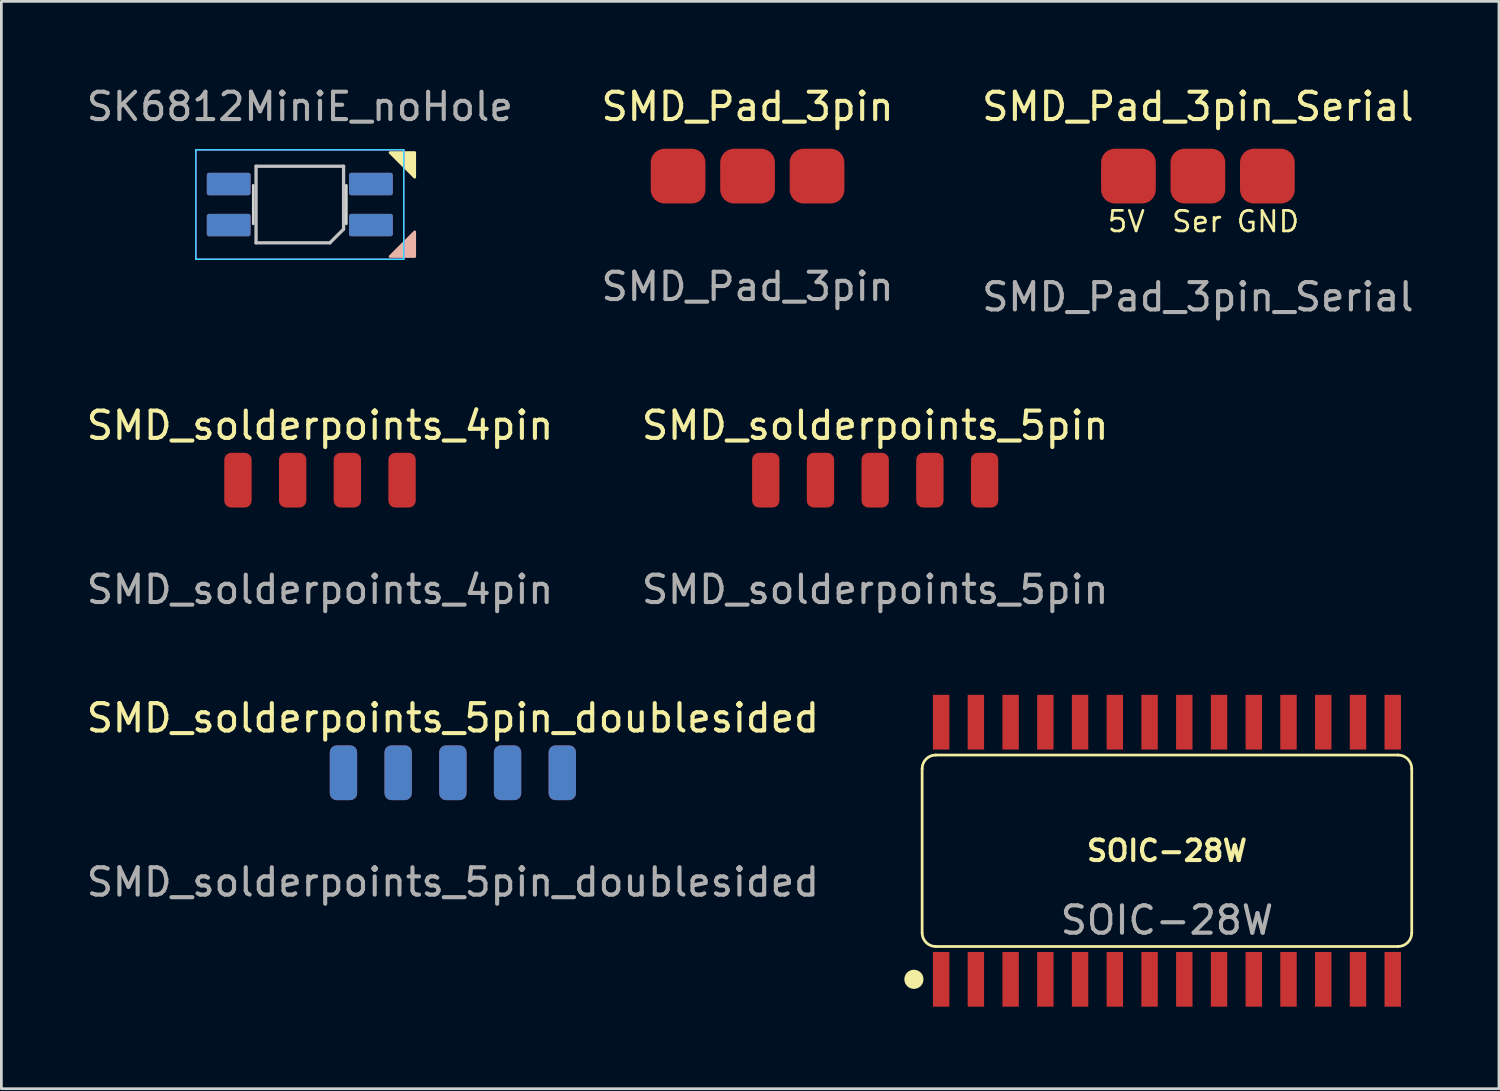
<source format=kicad_pcb>
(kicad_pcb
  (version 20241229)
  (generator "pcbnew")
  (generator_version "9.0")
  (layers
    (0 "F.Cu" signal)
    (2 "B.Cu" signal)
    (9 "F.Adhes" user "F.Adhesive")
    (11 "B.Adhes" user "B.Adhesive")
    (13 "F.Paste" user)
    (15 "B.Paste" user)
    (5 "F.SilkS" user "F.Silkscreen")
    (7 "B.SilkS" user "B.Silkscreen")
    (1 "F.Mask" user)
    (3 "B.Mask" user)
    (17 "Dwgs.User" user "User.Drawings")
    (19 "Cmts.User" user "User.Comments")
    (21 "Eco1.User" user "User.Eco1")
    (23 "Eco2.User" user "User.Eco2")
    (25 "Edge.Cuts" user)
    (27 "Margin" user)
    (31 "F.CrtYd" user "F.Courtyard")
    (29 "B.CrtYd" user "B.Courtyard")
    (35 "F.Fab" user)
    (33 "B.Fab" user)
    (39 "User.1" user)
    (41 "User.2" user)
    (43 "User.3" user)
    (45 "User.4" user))
  (footprint "SMD_Pad_3pin_Serial"
    (layer "F.Cu")
    (at 40.744 3.388)
    (property "Reference" "SMD_Pad_3pin_Serial" (at 0 -2.54 0) (unlocked yes) (layer "F.SilkS") (effects (font (size 1 1) (thickness 0.15))))
    (attr smd)
    (fp_text user "5V" (at -3.36 2.1 0) (unlocked yes) (layer "F.SilkS") (effects (font (size 0.75 0.75) (thickness 0.1)) (justify left bottom)))
    (fp_text user "Ser" (at -1.01 2.1 0) (unlocked yes) (layer "F.SilkS") (effects (font (size 0.75 0.75) (thickness 0.1)) (justify left bottom)))
    (fp_text user "GND" (at 1.35 2.1 0) (unlocked yes) (layer "F.SilkS") (effects (font (size 0.75 0.75) (thickness 0.1)) (justify left bottom)))
    (fp_text user "${REFERENCE}" (at 0 4.42 0) (unlocked yes) (layer "F.Fab") (effects (font (size 1 1) (thickness 0.15))))
    (pad "1" smd roundrect (at -2.54 0) (size 2 2) (layers "F.Cu" "F.Mask" "F.Paste") (roundrect_rratio 0.25))
    (pad "2" smd roundrect (at 0 0) (size 2 2) (layers "F.Cu" "F.Mask" "F.Paste") (roundrect_rratio 0.25))
    (pad "3" smd roundrect (at 2.54 0) (size 2 2) (layers "F.Cu" "F.Mask" "F.Paste") (roundrect_rratio 0.25)))
  (footprint "SK6812MiniE_noHole"
    (layer "F.Cu")
    (at 7.911 4.428)
    (property "Reference" "SK6812MiniE_noHole" (at 0 -3.58 0) (layer "F.Fab") (effects (font (size 1 1) (thickness 0.15))))
    (attr through_hole)
    (fp_poly (pts (xy 4.2 -1) (xy 3.3 -1.9) (xy 4.2 -1.9)) (stroke (width 0.1) (type solid)) (fill yes) (layer "F.SilkS"))
    (fp_poly (pts (xy 4.2 1) (xy 3.3 1.9) (xy 4.2 1.9)) (stroke (width 0.1) (type solid)) (fill yes) (layer "B.SilkS"))
    (fp_line (start -1.6 -1.4) (end -1.6 1.4) (stroke (width 0.12) (type solid)) (layer "Dwgs.User"))
    (fp_line (start -1.6 1.4) (end 1.1 1.4) (stroke (width 0.12) (type solid)) (layer "Dwgs.User"))
    (fp_line (start 1.6 -1.4) (end -1.6 -1.4) (stroke (width 0.12) (type solid)) (layer "Dwgs.User"))
    (fp_line (start 1.6 0.9) (end 1.1 1.4) (stroke (width 0.12) (type solid)) (layer "Dwgs.User"))
    (fp_line (start 1.6 0.9) (end 1.6 -1.4) (stroke (width 0.12) (type solid)) (layer "Dwgs.User"))
    (fp_line (start -1.7 0.703) (end -1.7 -0.703) (stroke (width 0.1) (type solid)) (layer "Edge.Cuts"))
    (fp_line (start 1.7 -0.703) (end 1.7 0.703) (stroke (width 0.1) (type solid)) (layer "Edge.Cuts"))
    (fp_line (start -3.8 -2) (end -3.8 2) (stroke (width 0.05) (type solid)) (layer "B.CrtYd"))
    (fp_line (start -3.8 2) (end 3.8 2) (stroke (width 0.05) (type solid)) (layer "B.CrtYd"))
    (fp_line (start 3.8 -2) (end -3.8 -2) (stroke (width 0.05) (type solid)) (layer "B.CrtYd"))
    (fp_line (start 3.8 2) (end 3.8 -2) (stroke (width 0.05) (type solid)) (layer "B.CrtYd"))
    (fp_line (start -3.8 -2) (end 3.8 -2) (stroke (width 0.05) (type solid)) (layer "F.CrtYd"))
    (fp_line (start -3.8 2) (end -3.8 -2) (stroke (width 0.05) (type solid)) (layer "F.CrtYd"))
    (fp_line (start 3.8 -2) (end 3.8 2) (stroke (width 0.05) (type solid)) (layer "F.CrtYd"))
    (fp_line (start 3.8 2) (end -3.8 2) (stroke (width 0.05) (type solid)) (layer "F.CrtYd"))
    (pad "1" smd roundrect (at -2.6 -0.75 270) (size 0.82 1.6) (layers "B.Cu" "B.Mask" "B.Paste") (roundrect_rratio 0.1))
    (pad "1" smd roundrect (at -2.6 0.75 270) (size 0.82 1.6) (layers "F.Cu" "F.Mask" "F.Paste") (roundrect_rratio 0.1))
    (pad "2" smd roundrect (at -2.6 -0.75 270) (size 0.82 1.6) (layers "F.Cu" "F.Mask" "F.Paste") (roundrect_rratio 0.1))
    (pad "2" smd roundrect (at -2.6 0.75 270) (size 0.82 1.6) (layers "B.Cu" "B.Mask" "B.Paste") (roundrect_rratio 0.1))
    (pad "3" smd roundrect (at 2.6 -0.75 270) (size 0.82 1.6) (layers "F.Cu" "F.Mask" "F.Paste") (roundrect_rratio 0.1))
    (pad "3" smd roundrect (at 2.6 0.75 270) (size 0.82 1.6) (layers "B.Cu" "B.Mask" "B.Paste") (roundrect_rratio 0.1))
    (pad "4" smd roundrect (at 2.6 -0.75 270) (size 0.82 1.6) (layers "B.Cu" "B.Mask" "B.Paste") (roundrect_rratio 0.1))
    (pad "4" smd roundrect (at 2.6 0.75 270) (size 0.82 1.6) (layers "F.Cu" "F.Mask" "F.Paste") (roundrect_rratio 0.1)))
  (footprint "SMD_solderpoints_4pin"
    (layer "F.Cu")
    (at 8.649 14.505)
    (property "Reference" "SMD_solderpoints_4pin" (at 0 -2 0) (unlocked yes) (layer "F.SilkS") (effects (font (size 1 1) (thickness 0.15))))
    (attr smd exclude_from_pos_files exclude_from_bom)
    (fp_text user "${REFERENCE}" (at 0 4 0) (unlocked yes) (layer "F.Fab") (effects (font (size 1 1) (thickness 0.15))))
    (pad "1" smd roundrect (at -3 0) (size 1 2) (layers "F.Cu" "F.Mask") (roundrect_rratio 0.25))
    (pad "2" smd roundrect (at -1 0) (size 1 2) (layers "F.Cu" "F.Mask") (roundrect_rratio 0.25))
    (pad "3" smd roundrect (at 1 0) (size 1 2) (layers "F.Cu" "F.Mask") (roundrect_rratio 0.25))
    (pad "4" smd roundrect (at 3 0) (size 1 2) (layers "F.Cu" "F.Mask") (roundrect_rratio 0.25)))
  (footprint "SMD_solderpoints_5pin_doublesided"
    (layer "F.Cu")
    (at 13.506 25.201)
    (property "Reference" "SMD_solderpoints_5pin_doublesided" (at 0 -2 0) (unlocked yes) (layer "F.SilkS") (effects (font (size 1 1) (thickness 0.15))))
    (attr smd exclude_from_pos_files exclude_from_bom)
    (fp_text user "${REFERENCE}" (at 0 4 0) (unlocked yes) (layer "F.Fab") (effects (font (size 1 1) (thickness 0.15))))
    (pad "1" smd roundrect (at -4 0) (size 1 2) (layers "F.Cu" "F.Mask") (roundrect_rratio 0.25))
    (pad "1" smd roundrect (at -4 0 180) (size 1 2) (layers "B.Cu" "B.Mask") (roundrect_rratio 0.25))
    (pad "2" smd roundrect (at -2 0) (size 1 2) (layers "F.Cu" "F.Mask") (roundrect_rratio 0.25))
    (pad "2" smd roundrect (at -2 0 180) (size 1 2) (layers "B.Cu" "B.Mask") (roundrect_rratio 0.25))
    (pad "3" smd roundrect (at 0 0) (size 1 2) (layers "F.Cu" "F.Mask") (roundrect_rratio 0.25))
    (pad "3" smd roundrect (at 0 0 180) (size 1 2) (layers "B.Cu" "B.Mask") (roundrect_rratio 0.25))
    (pad "4" smd roundrect (at 2 0) (size 1 2) (layers "F.Cu" "F.Mask") (roundrect_rratio 0.25))
    (pad "4" smd roundrect (at 2 0 180) (size 1 2) (layers "B.Cu" "B.Mask") (roundrect_rratio 0.25))
    (pad "5" smd roundrect (at 4 0) (size 1 2) (layers "F.Cu" "F.Mask") (roundrect_rratio 0.25))
    (pad "5" smd roundrect (at 4 0 180) (size 1 2) (layers "B.Cu" "B.Mask") (roundrect_rratio 0.25)))
  (footprint "SOIC-28W"
    (layer "F.Cu")
    (at 39.612 28.053)
    (property "Reference" "SOIC-28W" (at 0 0 0) (unlocked yes) (layer "F.SilkS") (effects (font (size 0.75 0.75) (thickness 0.15) (bold yes))))
    (attr smd)
    (fp_line (start -8.95 3) (end -8.95 -3) (stroke (width 0.1) (type default)) (layer "F.SilkS"))
    (fp_line (start -8.45 -3.5) (end 8.45 -3.5) (stroke (width 0.1) (type default)) (layer "F.SilkS"))
    (fp_line (start 8.45 3.5) (end -8.45 3.5) (stroke (width 0.1) (type default)) (layer "F.SilkS"))
    (fp_line (start 8.95 -3) (end 8.95 3) (stroke (width 0.1) (type default)) (layer "F.SilkS"))
    (fp_arc (start -8.95 -3) (mid -8.803553 -3.353553) (end -8.45 -3.5) (stroke (width 0.1) (type default)) (layer "F.SilkS"))
    (fp_arc (start -8.45 3.5) (mid -8.803553 3.353553) (end -8.95 3) (stroke (width 0.1) (type default)) (layer "F.SilkS"))
    (fp_arc (start 8.45 -3.5) (mid 8.803553 -3.353553) (end 8.95 -3) (stroke (width 0.1) (type default)) (layer "F.SilkS"))
    (fp_arc (start 8.95 3) (mid 8.803553 3.353553) (end 8.45 3.5) (stroke (width 0.1) (type default)) (layer "F.SilkS"))
    (fp_circle (center -9.25 4.7) (end -8.95 4.7) (stroke (width 0.1) (type solid)) (fill yes) (layer "F.SilkS"))
    (fp_text user "${REFERENCE}" (at 0 2.54 0) (unlocked yes) (layer "F.Fab") (effects (font (size 1 1) (thickness 0.15))))
    (pad "1" smd rect (at -8.255 4.7) (size 0.6 2) (layers "F.Cu" "F.Mask" "F.Paste"))
    (pad "2" smd rect (at -6.985 4.7) (size 0.6 2) (layers "F.Cu" "F.Mask" "F.Paste"))
    (pad "3" smd rect (at -5.715 4.7) (size 0.6 2) (layers "F.Cu" "F.Mask" "F.Paste"))
    (pad "4" smd rect (at -4.445 4.7) (size 0.6 2) (layers "F.Cu" "F.Mask" "F.Paste"))
    (pad "5" smd rect (at -3.175 4.7) (size 0.6 2) (layers "F.Cu" "F.Mask" "F.Paste"))
    (pad "6" smd rect (at -1.905 4.7) (size 0.6 2) (layers "F.Cu" "F.Mask" "F.Paste"))
    (pad "7" smd rect (at -0.635 4.7) (size 0.6 2) (layers "F.Cu" "F.Mask" "F.Paste"))
    (pad "8" smd rect (at 0.635 4.7) (size 0.6 2) (layers "F.Cu" "F.Mask" "F.Paste"))
    (pad "9" smd rect (at 1.905 4.7) (size 0.6 2) (layers "F.Cu" "F.Mask" "F.Paste"))
    (pad "10" smd rect (at 3.175 4.7) (size 0.6 2) (layers "F.Cu" "F.Mask" "F.Paste"))
    (pad "11" smd rect (at 4.445 4.7) (size 0.6 2) (layers "F.Cu" "F.Mask" "F.Paste"))
    (pad "12" smd rect (at 5.715 4.7) (size 0.6 2) (layers "F.Cu" "F.Mask" "F.Paste"))
    (pad "13" smd rect (at 6.985 4.7) (size 0.6 2) (layers "F.Cu" "F.Mask" "F.Paste"))
    (pad "14" smd rect (at 8.255 4.7) (size 0.6 2) (layers "F.Cu" "F.Mask" "F.Paste"))
    (pad "15" smd rect (at 8.255 -4.7) (size 0.6 2) (layers "F.Cu" "F.Mask" "F.Paste"))
    (pad "16" smd rect (at 6.985 -4.7) (size 0.6 2) (layers "F.Cu" "F.Mask" "F.Paste"))
    (pad "17" smd rect (at 5.715 -4.7) (size 0.6 2) (layers "F.Cu" "F.Mask" "F.Paste"))
    (pad "18" smd rect (at 4.445 -4.7) (size 0.6 2) (layers "F.Cu" "F.Mask" "F.Paste"))
    (pad "19" smd rect (at 3.175 -4.7) (size 0.6 2) (layers "F.Cu" "F.Mask" "F.Paste"))
    (pad "20" smd rect (at 1.905 -4.7) (size 0.6 2) (layers "F.Cu" "F.Mask" "F.Paste"))
    (pad "21" smd rect (at 0.635 -4.7) (size 0.6 2) (layers "F.Cu" "F.Mask" "F.Paste"))
    (pad "22" smd rect (at -0.635 -4.7) (size 0.6 2) (layers "F.Cu" "F.Mask" "F.Paste"))
    (pad "23" smd rect (at -1.905 -4.7) (size 0.6 2) (layers "F.Cu" "F.Mask" "F.Paste"))
    (pad "24" smd rect (at -3.175 -4.7) (size 0.6 2) (layers "F.Cu" "F.Mask" "F.Paste"))
    (pad "25" smd rect (at -4.445 -4.7) (size 0.6 2) (layers "F.Cu" "F.Mask" "F.Paste"))
    (pad "26" smd rect (at -5.715 -4.7) (size 0.6 2) (layers "F.Cu" "F.Mask" "F.Paste"))
    (pad "27" smd rect (at -6.985 -4.7) (size 0.6 2) (layers "F.Cu" "F.Mask" "F.Paste"))
    (pad "28" smd rect (at -8.255 -4.7) (size 0.6 2) (layers "F.Cu" "F.Mask" "F.Paste")))
  (footprint "SMD_Pad_3pin"
    (layer "F.Cu")
    (at 24.28 3.388)
    (property "Reference" "SMD_Pad_3pin" (at 0 -2.54 0) (unlocked yes) (layer "F.SilkS") (effects (font (size 1 1) (thickness 0.15))))
    (attr smd)
    (fp_text user "${REFERENCE}" (at 0 4.04 0) (unlocked yes) (layer "F.Fab") (effects (font (size 1 1) (thickness 0.15))))
    (pad "1" smd roundrect (at -2.54 0) (size 2 2) (layers "F.Cu" "F.Mask" "F.Paste") (roundrect_rratio 0.25))
    (pad "2" smd roundrect (at 0 0) (size 2 2) (layers "F.Cu" "F.Mask" "F.Paste") (roundrect_rratio 0.25))
    (pad "3" smd roundrect (at 2.54 0) (size 2 2) (layers "F.Cu" "F.Mask" "F.Paste") (roundrect_rratio 0.25)))
  (footprint "SMD_solderpoints_5pin"
    (layer "F.Cu")
    (at 28.946 14.505)
    (property "Reference" "SMD_solderpoints_5pin" (at 0 -2 0) (unlocked yes) (layer "F.SilkS") (effects (font (size 1 1) (thickness 0.15))))
    (attr smd exclude_from_pos_files exclude_from_bom)
    (fp_text user "${REFERENCE}" (at 0 4 0) (unlocked yes) (layer "F.Fab") (effects (font (size 1 1) (thickness 0.15))))
    (pad "1" smd roundrect (at -4 0) (size 1 2) (layers "F.Cu" "F.Mask") (roundrect_rratio 0.25))
    (pad "2" smd roundrect (at -2 0) (size 1 2) (layers "F.Cu" "F.Mask") (roundrect_rratio 0.25))
    (pad "3" smd roundrect (at 0 0) (size 1 2) (layers "F.Cu" "F.Mask") (roundrect_rratio 0.25))
    (pad "4" smd roundrect (at 2 0) (size 1 2) (layers "F.Cu" "F.Mask") (roundrect_rratio 0.25))
    (pad "5" smd roundrect (at 4 0) (size 1 2) (layers "F.Cu" "F.Mask") (roundrect_rratio 0.25)))
  (gr_rect
    (start -3 -3)
    (end 51.75 36.753)
    (stroke (width 0.1) (type default))
    (fill no)
    (layer "Edge.Cuts")))
</source>
